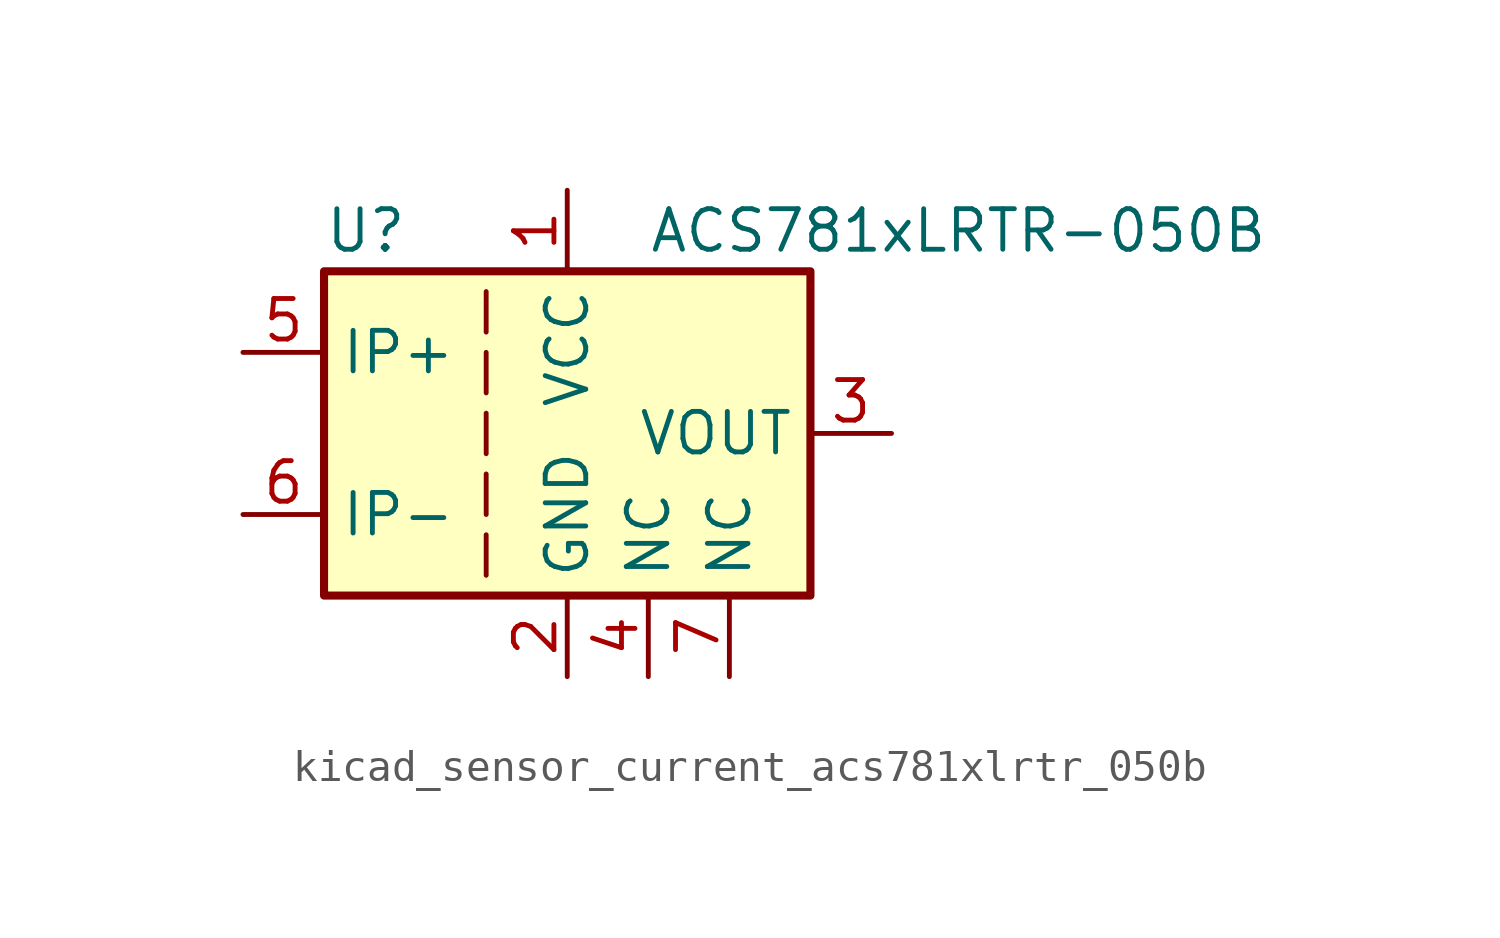
<source format=kicad_sym>
(kicad_symbol_lib
  (version 20220914)
  (generator kicad_symbol_editor)
  (symbol "kicad_sensor_current_acs781xlrtr_050b"
    (property "Reference" "U"
      (at -7.62 6.35 0)
      (effects (font (size 1.27 1.27)) (justify left)))
    (property "Value" "ACS781xLRTR-050B"
      (at 2.54 6.35 0)
      (effects (font (size 1.27 1.27)) (justify left)))
    (symbol "kicad_sensor_current_acs781xlrtr_050b_0_1"
      (rectangle (start -7.62 5.08) (end 7.62 -5.08) (stroke (width 0.254) (type default)) (fill (type background)))
      (polyline (pts (xy -2.54 -3.175) (xy -2.54 -4.445)) (stroke (width 0) (type default)) (fill (type none)))
      (polyline (pts (xy -2.54 -1.27) (xy -2.54 -2.54)) (stroke (width 0) (type default)) (fill (type none)))
      (polyline (pts (xy -2.54 0.635) (xy -2.54 -0.635)) (stroke (width 0) (type default)) (fill (type none)))
      (polyline (pts (xy -2.54 1.27) (xy -2.54 2.54)) (stroke (width 0) (type default)) (fill (type none)))
      (polyline (pts (xy -2.54 3.175) (xy -2.54 4.445)) (stroke (width 0) (type default)) (fill (type none))))
    (symbol "kicad_sensor_current_acs781xlrtr_050b_1_1"
      (pin power_in line (at 0 7.62 270) (length 2.54) (name "VCC" (effects (font (size 1.27 1.27)))) (number "1" (effects (font (size 1.27 1.27)))))
      (pin power_in line (at 0 -7.62 90) (length 2.54) (name "GND" (effects (font (size 1.27 1.27)))) (number "2" (effects (font (size 1.27 1.27)))))
      (pin output line (at 10.16 0 180) (length 2.54) (name "VOUT" (effects (font (size 1.27 1.27)))) (number "3" (effects (font (size 1.27 1.27)))))
      (pin passive line (at 2.54 -7.62 90) (length 2.54) (name "NC" (effects (font (size 1.27 1.27)))) (number "4" (effects (font (size 1.27 1.27)))))
      (pin passive line (at -10.16 2.54 0) (length 2.54) (name "IP+" (effects (font (size 1.27 1.27)))) (number "5" (effects (font (size 1.27 1.27)))))
      (pin passive line (at -10.16 -2.54 0) (length 2.54) (name "IP-" (effects (font (size 1.27 1.27)))) (number "6" (effects (font (size 1.27 1.27)))))
      (pin passive line (at 5.08 -7.62 90) (length 2.54) (name "NC" (effects (font (size 1.27 1.27)))) (number "7" (effects (font (size 1.27 1.27))))))))
</source>
